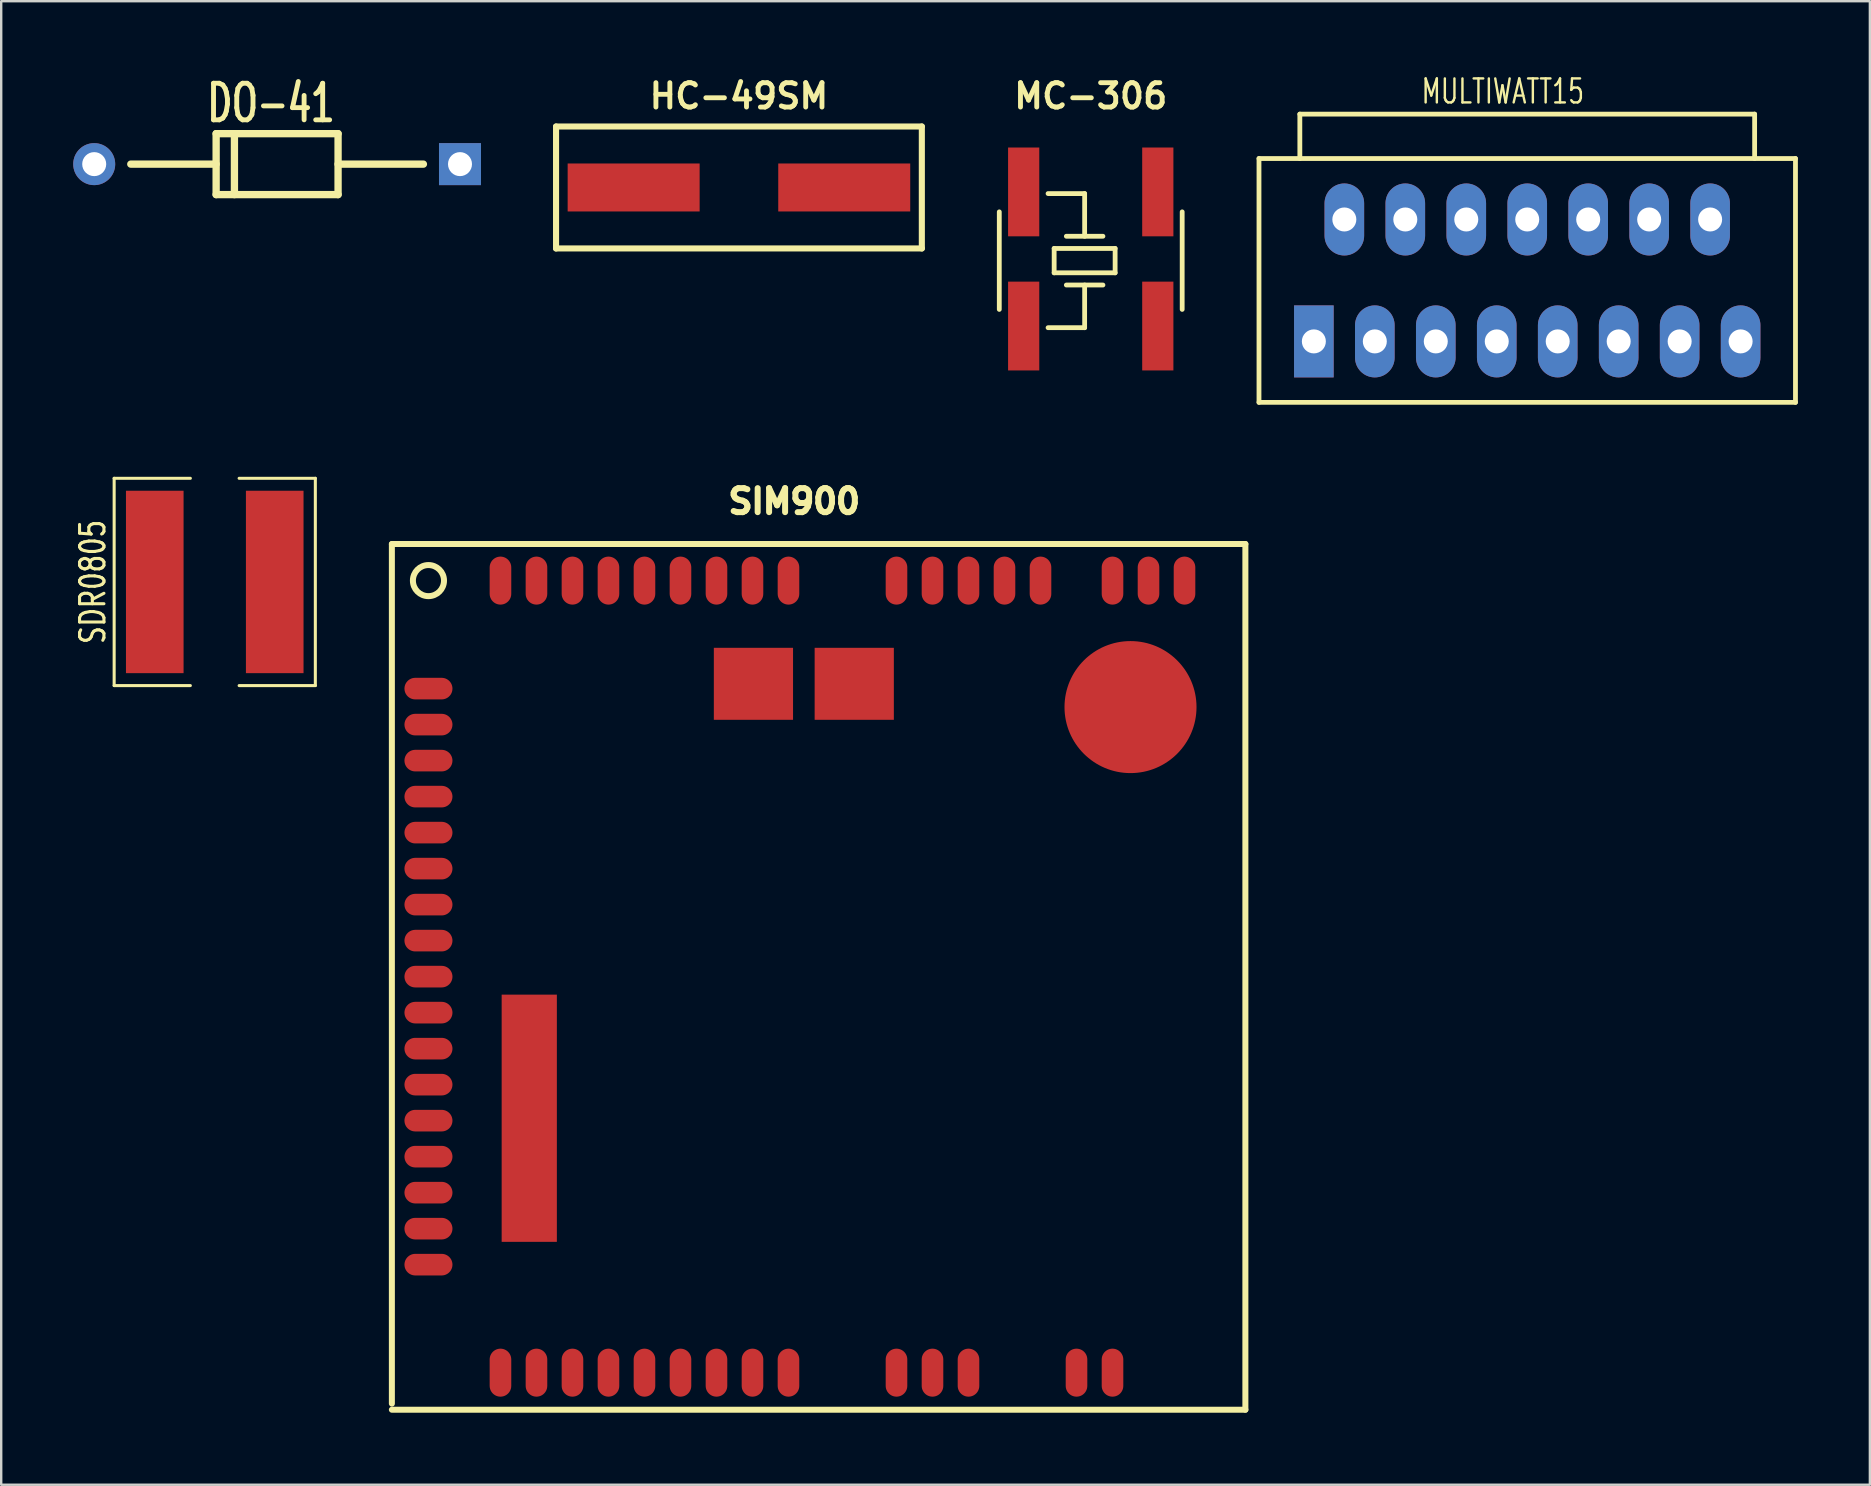
<source format=kicad_pcb>
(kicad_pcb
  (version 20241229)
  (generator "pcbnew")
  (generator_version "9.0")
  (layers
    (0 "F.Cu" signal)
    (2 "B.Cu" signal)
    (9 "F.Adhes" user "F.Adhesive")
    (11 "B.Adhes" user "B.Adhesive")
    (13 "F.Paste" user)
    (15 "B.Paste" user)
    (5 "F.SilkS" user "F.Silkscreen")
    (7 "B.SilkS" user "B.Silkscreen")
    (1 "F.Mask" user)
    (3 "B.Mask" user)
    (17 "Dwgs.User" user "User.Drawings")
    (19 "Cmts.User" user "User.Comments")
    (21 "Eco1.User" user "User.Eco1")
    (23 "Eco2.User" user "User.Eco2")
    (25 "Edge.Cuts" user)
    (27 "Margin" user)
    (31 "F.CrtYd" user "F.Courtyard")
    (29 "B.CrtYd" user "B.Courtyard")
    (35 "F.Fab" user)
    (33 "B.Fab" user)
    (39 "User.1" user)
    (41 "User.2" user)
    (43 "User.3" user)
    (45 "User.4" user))
  (footprint "HC-49SM"
    (layer "F.Cu")
    (at 27.737 4.761)
    (property "Reference" "HC-49SM" (at 0 -3.81 0) (layer "F.SilkS") (effects (font (size 1.016 1.016) (thickness 0.203))))
    (attr through_hole)
    (fp_line (start -7.62 -2.54) (end 7.62 -2.54) (stroke (width 0.254) (type solid)) (layer "F.SilkS"))
    (fp_line (start -7.62 2.54) (end -7.62 -2.54) (stroke (width 0.254) (type solid)) (layer "F.SilkS"))
    (fp_line (start 7.62 -2.54) (end 7.62 2.54) (stroke (width 0.254) (type solid)) (layer "F.SilkS"))
    (fp_line (start 7.62 2.54) (end -7.62 2.54) (stroke (width 0.254) (type solid)) (layer "F.SilkS"))
    (pad "1" smd trapezoid (at -2.54 0) (size 5.499 1.999) (drill (offset -1.847 0)) (layers "F.Cu" "F.Mask" "F.Paste"))
    (pad "2" smd trapezoid (at 2.54 0) (size 5.499 1.999) (drill (offset 1.847 0)) (layers "F.Cu" "F.Mask" "F.Paste")))
  (footprint "MC-306"
    (layer "F.Cu")
    (at 42.394 7.809)
    (property "Reference" "MC-306" (at 0 -6.858 0) (layer "F.SilkS") (effects (font (size 1.016 1.016) (thickness 0.203))))
    (attr through_hole)
    (fp_line (start -3.81 -2.032) (end -3.81 2.032) (stroke (width 0.2) (type solid)) (layer "F.SilkS"))
    (fp_line (start -1.524 -0.508) (end -1.524 0.508) (stroke (width 0.2) (type solid)) (layer "F.SilkS"))
    (fp_line (start -1.524 -0.508) (end 1.016 -0.508) (stroke (width 0.2) (type solid)) (layer "F.SilkS"))
    (fp_line (start -1.016 -1.016) (end 0.508 -1.016) (stroke (width 0.2) (type solid)) (layer "F.SilkS"))
    (fp_line (start -1.016 1.016) (end 0.508 1.016) (stroke (width 0.2) (type solid)) (layer "F.SilkS"))
    (fp_line (start -0.254 -2.794) (end -1.778 -2.794) (stroke (width 0.2) (type solid)) (layer "F.SilkS"))
    (fp_line (start -0.254 -2.794) (end -0.254 -1.016) (stroke (width 0.2) (type solid)) (layer "F.SilkS"))
    (fp_line (start -0.254 1.016) (end -0.254 2.794) (stroke (width 0.2) (type solid)) (layer "F.SilkS"))
    (fp_line (start -0.254 2.794) (end -1.778 2.794) (stroke (width 0.2) (type solid)) (layer "F.SilkS"))
    (fp_line (start 1.016 -0.508) (end 1.016 0.508) (stroke (width 0.2) (type solid)) (layer "F.SilkS"))
    (fp_line (start 1.016 0.508) (end -1.524 0.508) (stroke (width 0.2) (type solid)) (layer "F.SilkS"))
    (fp_line (start 3.81 -2.032) (end 3.81 2.032) (stroke (width 0.2) (type solid)) (layer "F.SilkS"))
    (pad "1" smd rect (at -2.794 4.572 90) (size 3.7 1.3) (drill (offset 1.847 0)) (layers "F.Cu" "F.Mask" "F.Paste"))
    (pad "2" smd rect (at -2.794 -1.016 90) (size 3.7 1.3) (drill (offset 1.847 0)) (layers "F.Cu" "F.Mask" "F.Paste"))
    (pad "3" smd rect (at 2.794 4.572 90) (size 3.7 1.3) (drill (offset 1.847 0)) (layers "F.Cu" "F.Mask" "F.Paste"))
    (pad "4" smd rect (at 2.794 -1.016 90) (size 3.7 1.3) (drill (offset 1.847 0)) (layers "F.Cu" "F.Mask" "F.Paste")))
  (footprint "DO-41"
    (layer "F.Cu")
    (at 0.875 3.788)
    (property "Reference" "DO-41" (at 7.366 -2.54 0) (layer "F.SilkS") (effects (font (size 1.524 1.016) (thickness 0.203))))
    (attr through_hole)
    (fp_line (start 1.524 0) (end 5.08 0) (stroke (width 0.305) (type solid)) (layer "F.SilkS"))
    (fp_line (start 5.08 -1.27) (end 5.08 1.27) (stroke (width 0.305) (type solid)) (layer "F.SilkS"))
    (fp_line (start 5.08 -1.27) (end 10.16 -1.27) (stroke (width 0.305) (type solid)) (layer "F.SilkS"))
    (fp_line (start 5.08 1.27) (end 10.16 1.27) (stroke (width 0.305) (type solid)) (layer "F.SilkS"))
    (fp_line (start 5.842 1.27) (end 5.842 -1.27) (stroke (width 0.305) (type solid)) (layer "F.SilkS"))
    (fp_line (start 10.16 -1.27) (end 10.16 1.27) (stroke (width 0.305) (type solid)) (layer "F.SilkS"))
    (fp_line (start 13.716 0) (end 10.16 0) (stroke (width 0.305) (type solid)) (layer "F.SilkS"))
    (pad "1" thru_hole rect (at 15.24 0) (size 1.75 1.75) (drill 1) (layers "*.Cu" "*.Mask"))
    (pad "2" thru_hole circle (at 0 0) (size 1.75 1.75) (drill 1) (layers "*.Cu" "*.Mask")))
  (footprint "SDR0805"
    (layer "F.Cu")
    (at 5.897 21.196)
    (property "Reference" "SDR0805" (at -5.08 0 90) (layer "F.SilkS") (effects (font (size 1.016 0.762) (thickness 0.127))))
    (attr smd)
    (fp_line (start -4.191 -4.318) (end -4.191 4.318) (stroke (width 0.127) (type solid)) (layer "F.SilkS"))
    (fp_line (start -4.191 4.318) (end -1.016 4.318) (stroke (width 0.127) (type solid)) (layer "F.SilkS"))
    (fp_line (start -1.016 -4.318) (end -4.191 -4.318) (stroke (width 0.127) (type solid)) (layer "F.SilkS"))
    (fp_line (start 1.016 4.318) (end 4.191 4.318) (stroke (width 0.127) (type solid)) (layer "F.SilkS"))
    (fp_line (start 4.191 -4.318) (end 1.016 -4.318) (stroke (width 0.127) (type solid)) (layer "F.SilkS"))
    (fp_line (start 4.191 4.318) (end 4.191 -4.318) (stroke (width 0.127) (type solid)) (layer "F.SilkS"))
    (pad "1" smd rect (at -2.499 0) (size 2.4 7.6) (layers "F.Cu" "F.Mask" "F.Paste"))
    (pad "2" smd rect (at 2.499 0) (size 2.4 7.6) (layers "F.Cu" "F.Mask" "F.Paste")))
  (footprint "SIM900"
    (layer "F.Cu")
    (at 14.801 21.14)
    (property "Reference" "SIM900" (at 15.24 -3.302 0) (layer "F.SilkS") (effects (font (size 1 1) (thickness 0.25))))
    (attr through_hole)
    (fp_line (start -1.524 -1.524) (end -1.524 34.29) (stroke (width 0.25) (type solid)) (layer "F.SilkS"))
    (fp_line (start -1.524 -1.524) (end 34.036 -1.524) (stroke (width 0.25) (type solid)) (layer "F.SilkS"))
    (fp_line (start -1.524 34.544) (end 34.036 34.544) (stroke (width 0.25) (type solid)) (layer "F.SilkS"))
    (fp_line (start 34.036 34.544) (end 34.036 -1.524) (stroke (width 0.25) (type solid)) (layer "F.SilkS"))
    (fp_circle (center 0 0) (end 0.635 -0.127) (stroke (width 0.25) (type solid)) (fill no) (layer "F.SilkS"))
    (pad "" smd rect (at 4.2 22.4) (size 2.3 10.3) (layers "F.Cu" "F.Mask" "F.Paste"))
    (pad "" smd rect (at 13.54 4.3) (size 3.3 3) (layers "F.Cu" "F.Mask" "F.Paste"))
    (pad "" smd rect (at 17.74 4.3) (size 3.3 3) (layers "F.Cu" "F.Mask" "F.Paste"))
    (pad "" smd circle (at 29.25 5.27) (size 5.5 5.5) (layers "F.Cu" "F.Mask" "F.Paste"))
    (pad "1" smd oval (at 0 4.5) (size 2 0.9) (layers "F.Cu" "F.Mask" "F.Paste"))
    (pad "2" smd oval (at 0 6) (size 2 0.9) (layers "F.Cu" "F.Mask" "F.Paste"))
    (pad "3" smd oval (at 0 7.5) (size 2 0.9) (layers "F.Cu" "F.Mask" "F.Paste"))
    (pad "4" smd oval (at 0 9) (size 2 0.9) (layers "F.Cu" "F.Mask" "F.Paste"))
    (pad "5" smd oval (at 0 10.5) (size 2 0.9) (layers "F.Cu" "F.Mask" "F.Paste"))
    (pad "6" smd oval (at 0 12) (size 2 0.9) (layers "F.Cu" "F.Mask" "F.Paste"))
    (pad "7" smd oval (at 0 13.5) (size 2 0.9) (layers "F.Cu" "F.Mask" "F.Paste"))
    (pad "8" smd oval (at 0 15) (size 2 0.9) (layers "F.Cu" "F.Mask" "F.Paste"))
    (pad "9" smd oval (at 0 16.5) (size 2 0.9) (layers "F.Cu" "F.Mask" "F.Paste"))
    (pad "10" smd oval (at 0 18) (size 2 0.9) (layers "F.Cu" "F.Mask" "F.Paste"))
    (pad "11" smd oval (at 0 19.5) (size 2 0.9) (layers "F.Cu" "F.Mask" "F.Paste"))
    (pad "12" smd oval (at 0 21) (size 2 0.9) (layers "F.Cu" "F.Mask" "F.Paste"))
    (pad "13" smd oval (at 0 22.5) (size 2 0.9) (layers "F.Cu" "F.Mask" "F.Paste"))
    (pad "14" smd oval (at 0 24) (size 2 0.9) (layers "F.Cu" "F.Mask" "F.Paste"))
    (pad "15" smd oval (at 0 25.5) (size 2 0.9) (layers "F.Cu" "F.Mask" "F.Paste"))
    (pad "16" smd oval (at 0 27) (size 2 0.9) (layers "F.Cu" "F.Mask" "F.Paste"))
    (pad "17" smd oval (at 0 28.5) (size 2 0.9) (layers "F.Cu" "F.Mask" "F.Paste"))
    (pad "18" smd oval (at 3 33) (size 0.9 2) (layers "F.Cu" "F.Mask" "F.Paste"))
    (pad "19" smd oval (at 4.5 33) (size 0.9 2) (layers "F.Cu" "F.Mask" "F.Paste"))
    (pad "20" smd oval (at 6 33) (size 0.9 2) (layers "F.Cu" "F.Mask" "F.Paste"))
    (pad "21" smd oval (at 7.5 33) (size 0.9 2) (layers "F.Cu" "F.Mask" "F.Paste"))
    (pad "22" smd oval (at 9 33) (size 0.9 2) (layers "F.Cu" "F.Mask" "F.Paste"))
    (pad "23" smd oval (at 10.5 33) (size 0.9 2) (layers "F.Cu" "F.Mask" "F.Paste"))
    (pad "24" smd oval (at 12 33) (size 0.9 2) (layers "F.Cu" "F.Mask" "F.Paste"))
    (pad "25" smd oval (at 13.5 33) (size 0.9 2) (layers "F.Cu" "F.Mask" "F.Paste"))
    (pad "26" smd oval (at 15 33) (size 0.9 2) (layers "F.Cu" "F.Mask" "F.Paste"))
    (pad "27" smd oval (at 19.5 33) (size 0.9 2) (layers "F.Cu" "F.Mask" "F.Paste"))
    (pad "28" smd oval (at 21 33) (size 0.9 2) (layers "F.Cu" "F.Mask" "F.Paste"))
    (pad "29" smd oval (at 22.5 33) (size 0.9 2) (layers "F.Cu" "F.Mask" "F.Paste"))
    (pad "30" smd oval (at 27 33) (size 0.9 2) (layers "F.Cu" "F.Mask" "F.Paste"))
    (pad "31" smd oval (at 28.5 33) (size 0.9 2) (layers "F.Cu" "F.Mask" "F.Paste"))
    (pad "32" smd oval (at 31.5 0) (size 0.9 2) (layers "F.Cu" "F.Mask" "F.Paste"))
    (pad "33" smd oval (at 30 0) (size 0.9 2) (layers "F.Cu" "F.Mask" "F.Paste"))
    (pad "34" smd oval (at 28.5 0) (size 0.9 2) (layers "F.Cu" "F.Mask" "F.Paste"))
    (pad "35" smd oval (at 25.5 0) (size 0.9 2) (layers "F.Cu" "F.Mask" "F.Paste"))
    (pad "36" smd oval (at 24 0) (size 0.9 2) (layers "F.Cu" "F.Mask" "F.Paste"))
    (pad "37" smd oval (at 22.5 0) (size 0.9 2) (layers "F.Cu" "F.Mask" "F.Paste"))
    (pad "38" smd oval (at 21 0) (size 0.9 2) (layers "F.Cu" "F.Mask" "F.Paste"))
    (pad "39" smd oval (at 19.5 0) (size 0.9 2) (layers "F.Cu" "F.Mask" "F.Paste"))
    (pad "40" smd oval (at 15 0) (size 0.9 2) (layers "F.Cu" "F.Mask" "F.Paste"))
    (pad "41" smd oval (at 13.5 0) (size 0.9 2) (layers "F.Cu" "F.Mask" "F.Paste"))
    (pad "42" smd oval (at 12 0) (size 0.9 2) (layers "F.Cu" "F.Mask" "F.Paste"))
    (pad "43" smd oval (at 10.5 0) (size 0.9 2) (layers "F.Cu" "F.Mask" "F.Paste"))
    (pad "44" smd oval (at 9 0) (size 0.9 2) (layers "F.Cu" "F.Mask" "F.Paste"))
    (pad "45" smd oval (at 7.5 0) (size 0.9 2) (layers "F.Cu" "F.Mask" "F.Paste"))
    (pad "46" smd oval (at 6 0) (size 0.9 2) (layers "F.Cu" "F.Mask" "F.Paste"))
    (pad "47" smd oval (at 4.5 0) (size 0.9 2) (layers "F.Cu" "F.Mask" "F.Paste"))
    (pad "48" smd oval (at 3 0) (size 0.9 2) (layers "F.Cu" "F.Mask" "F.Paste")))
  (footprint "MULTIWATT15"
    (layer "F.Cu")
    (at 60.58 3.554)
    (property "Reference" "MULTIWATT15" (at -1.016 -2.794 0) (layer "F.SilkS") (effects (font (size 1 0.7) (thickness 0.1))))
    (attr exclude_from_pos_files exclude_from_bom)
    (fp_line (start -11.176 0) (end 11.176 0) (stroke (width 0.2) (type solid)) (layer "F.SilkS"))
    (fp_line (start -11.176 10.16) (end -11.176 0) (stroke (width 0.2) (type solid)) (layer "F.SilkS"))
    (fp_line (start -9.474 -1.849) (end 9.474 -1.849) (stroke (width 0.2) (type solid)) (layer "F.SilkS"))
    (fp_line (start -9.474 0) (end -9.474 -1.849) (stroke (width 0.2) (type solid)) (layer "F.SilkS"))
    (fp_line (start 9.474 0) (end 9.474 -1.849) (stroke (width 0.2) (type solid)) (layer "F.SilkS"))
    (fp_line (start 11.176 0) (end 11.176 10.16) (stroke (width 0.2) (type solid)) (layer "F.SilkS"))
    (fp_line (start 11.176 10.16) (end -11.176 10.16) (stroke (width 0.2) (type solid)) (layer "F.SilkS"))
    (pad "1" thru_hole rect (at -8.89 7.62) (size 1.65 3) (drill 1) (layers "*.Cu" "*.Mask"))
    (pad "2" thru_hole oval (at -7.62 2.54) (size 1.65 3) (drill 1) (layers "*.Cu" "*.Mask"))
    (pad "3" thru_hole oval (at -6.35 7.62) (size 1.65 3) (drill 1) (layers "*.Cu" "*.Mask"))
    (pad "4" thru_hole oval (at -5.08 2.54) (size 1.65 3) (drill 1) (layers "*.Cu" "*.Mask"))
    (pad "5" thru_hole oval (at -3.81 7.62) (size 1.65 3) (drill 1) (layers "*.Cu" "*.Mask"))
    (pad "6" thru_hole oval (at -2.54 2.54) (size 1.65 3) (drill 1) (layers "*.Cu" "*.Mask"))
    (pad "7" thru_hole oval (at -1.27 7.62) (size 1.65 3) (drill 1) (layers "*.Cu" "*.Mask"))
    (pad "8" thru_hole oval (at 0 2.54) (size 1.65 3) (drill 1) (layers "*.Cu" "*.Mask"))
    (pad "9" thru_hole oval (at 1.27 7.62) (size 1.65 3) (drill 1) (layers "*.Cu" "*.Mask"))
    (pad "10" thru_hole oval (at 2.54 2.54) (size 1.65 3) (drill 1) (layers "*.Cu" "*.Mask"))
    (pad "11" thru_hole oval (at 3.81 7.62) (size 1.65 3) (drill 1) (layers "*.Cu" "*.Mask"))
    (pad "12" thru_hole oval (at 5.08 2.54) (size 1.65 3) (drill 1) (layers "*.Cu" "*.Mask"))
    (pad "13" thru_hole oval (at 6.35 7.62) (size 1.65 3) (drill 1) (layers "*.Cu" "*.Mask"))
    (pad "14" thru_hole oval (at 7.62 2.54) (size 1.65 3) (drill 1) (layers "*.Cu" "*.Mask"))
    (pad "15" thru_hole oval (at 8.89 7.62) (size 1.65 3) (drill 1) (layers "*.Cu" "*.Mask")))
  (gr_rect
    (start -3 -3)
    (end 74.856 58.809)
    (stroke (width 0.1) (type default))
    (fill no)
    (layer "Edge.Cuts")))
</source>
